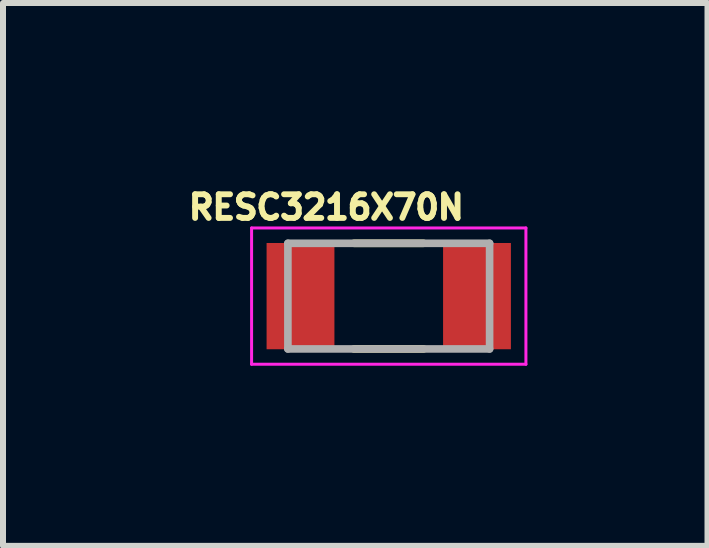
<source format=kicad_pcb>
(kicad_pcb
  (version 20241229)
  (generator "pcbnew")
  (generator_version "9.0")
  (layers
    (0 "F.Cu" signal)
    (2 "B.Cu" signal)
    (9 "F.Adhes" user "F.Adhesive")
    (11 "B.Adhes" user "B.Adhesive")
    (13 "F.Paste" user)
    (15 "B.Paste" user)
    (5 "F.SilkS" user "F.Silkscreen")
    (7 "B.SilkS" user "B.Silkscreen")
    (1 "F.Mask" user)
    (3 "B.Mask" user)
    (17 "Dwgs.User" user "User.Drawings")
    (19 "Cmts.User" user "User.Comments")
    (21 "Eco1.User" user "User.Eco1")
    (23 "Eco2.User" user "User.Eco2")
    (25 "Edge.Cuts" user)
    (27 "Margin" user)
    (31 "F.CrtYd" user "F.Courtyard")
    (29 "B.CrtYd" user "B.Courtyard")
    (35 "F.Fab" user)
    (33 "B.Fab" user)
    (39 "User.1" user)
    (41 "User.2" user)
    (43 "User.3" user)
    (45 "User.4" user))
  (footprint "RESC3216X70N"
    (layer "F.Cu")
    (at 3.426 1.883)
    (property "Reference" "RESC3216X70N" (at -1.04 -1.48 0) (layer "F.SilkS") (effects (font (size 0.394 0.394) (thickness 0.15))))
    (attr through_hole)
    (fp_line (start -0.58 -0.88) (end 0.58 -0.88) (stroke (width 0.127) (type solid)) (layer "F.SilkS"))
    (fp_line (start -0.58 0.88) (end 0.58 0.88) (stroke (width 0.127) (type solid)) (layer "F.SilkS"))
    (fp_line (start -2.285 -1.135) (end 2.285 -1.135) (stroke (width 0.05) (type solid)) (layer "F.CrtYd"))
    (fp_line (start -2.285 1.135) (end -2.285 -1.135) (stroke (width 0.05) (type solid)) (layer "F.CrtYd"))
    (fp_line (start -2.285 1.135) (end 2.285 1.135) (stroke (width 0.05) (type solid)) (layer "F.CrtYd"))
    (fp_line (start 2.285 1.135) (end 2.285 -1.135) (stroke (width 0.05) (type solid)) (layer "F.CrtYd"))
    (fp_line (start -1.68 0.88) (end -1.68 -0.88) (stroke (width 0.127) (type solid)) (layer "F.Fab"))
    (fp_line (start 1.68 -0.88) (end -1.68 -0.88) (stroke (width 0.127) (type solid)) (layer "F.Fab"))
    (fp_line (start 1.68 0.88) (end -1.68 0.88) (stroke (width 0.127) (type solid)) (layer "F.Fab"))
    (fp_line (start 1.68 0.88) (end 1.68 -0.88) (stroke (width 0.127) (type solid)) (layer "F.Fab"))
    (pad "1" smd rect (at -1.47 0) (size 1.13 1.77) (layers "F.Cu" "F.Mask" "F.Paste"))
    (pad "2" smd rect (at 1.47 0) (size 1.13 1.77) (layers "F.Cu" "F.Mask" "F.Paste")))
  (gr_rect
    (start -3 -3)
    (end 8.736 6.043)
    (stroke (width 0.1) (type default))
    (fill no)
    (layer "Edge.Cuts")))
</source>
